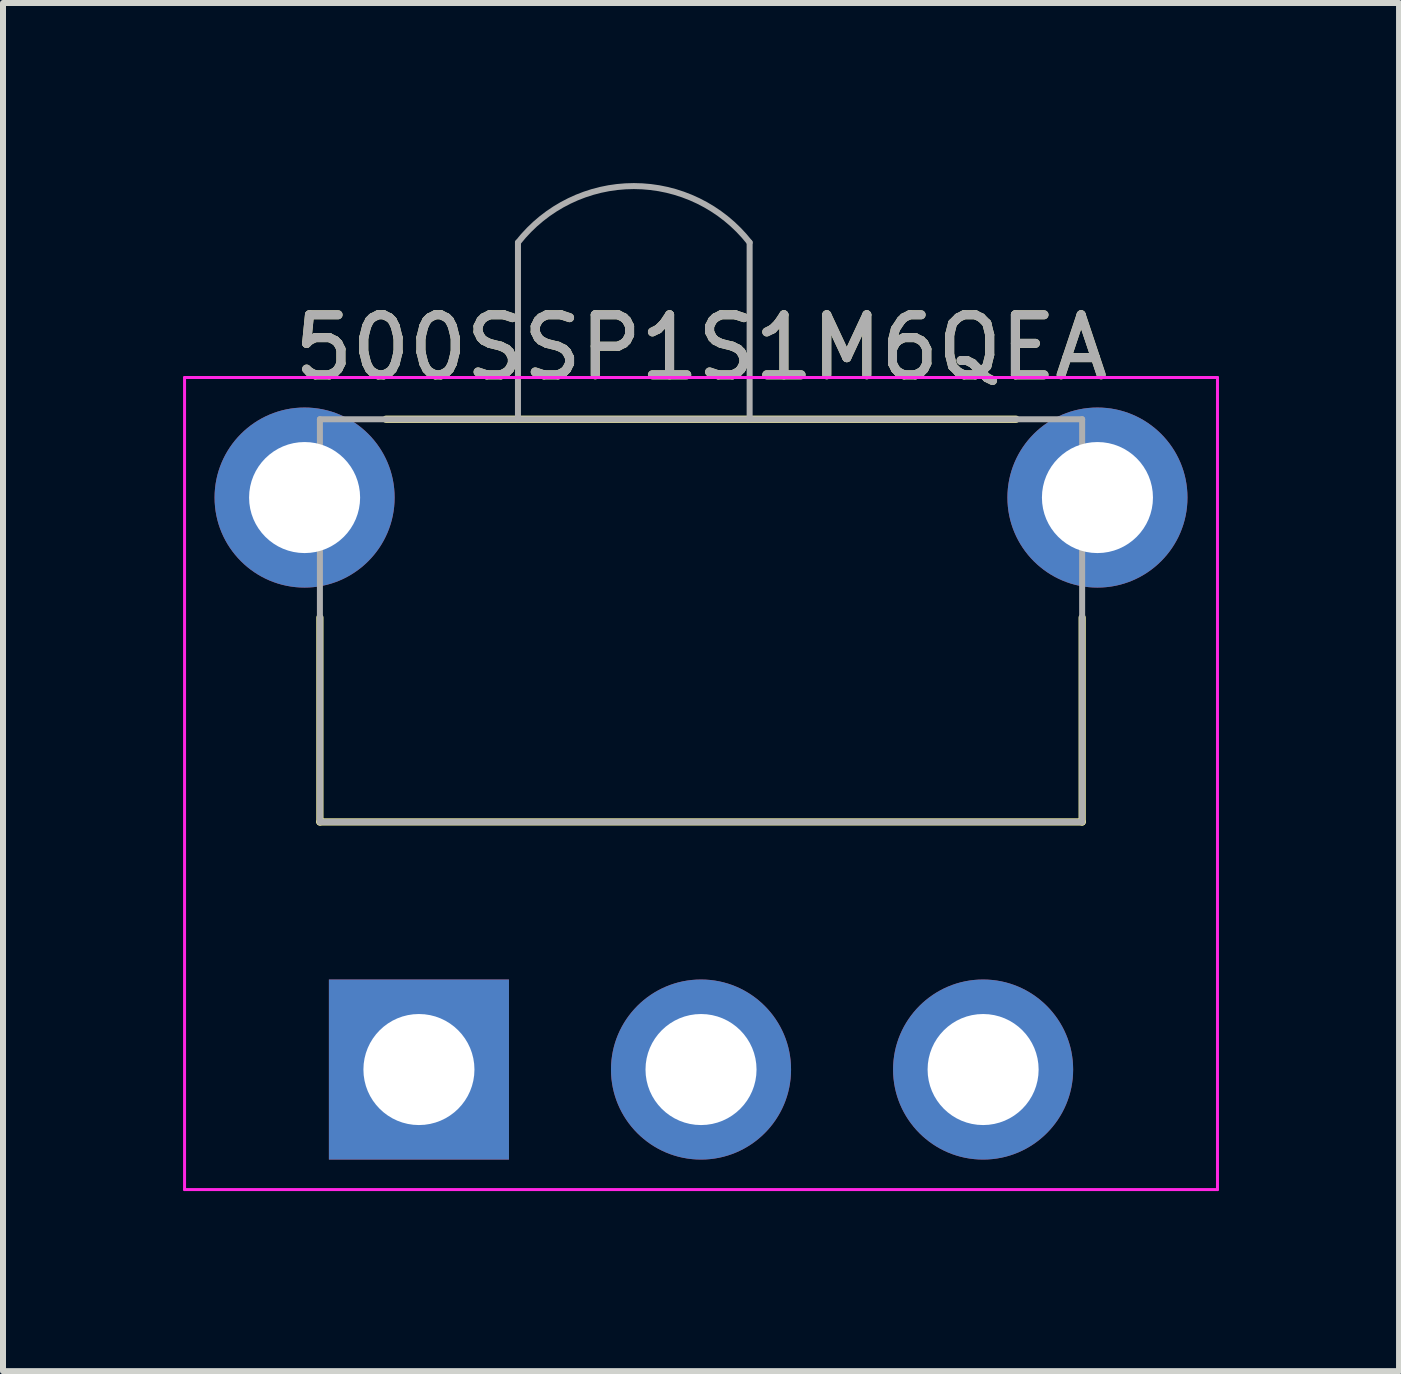
<source format=kicad_pcb>
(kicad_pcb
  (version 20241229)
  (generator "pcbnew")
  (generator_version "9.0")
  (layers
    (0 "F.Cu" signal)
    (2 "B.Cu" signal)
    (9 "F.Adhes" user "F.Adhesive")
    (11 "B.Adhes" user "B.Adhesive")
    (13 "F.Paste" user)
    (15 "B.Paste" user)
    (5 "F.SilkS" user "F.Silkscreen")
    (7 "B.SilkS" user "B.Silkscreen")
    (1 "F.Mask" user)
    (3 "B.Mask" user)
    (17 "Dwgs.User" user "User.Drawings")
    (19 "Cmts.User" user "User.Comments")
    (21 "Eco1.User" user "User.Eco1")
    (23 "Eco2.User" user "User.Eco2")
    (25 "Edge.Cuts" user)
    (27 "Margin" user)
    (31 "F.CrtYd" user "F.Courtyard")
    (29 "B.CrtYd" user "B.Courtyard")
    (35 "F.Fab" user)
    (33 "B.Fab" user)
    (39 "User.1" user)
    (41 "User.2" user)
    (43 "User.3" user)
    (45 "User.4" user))
  (footprint "500SSP1S1M6QEA"
    (layer "F.Cu")
    (at 8.63 5.24)
    (property "Reference" "500SSP1S1M6QEA" (at 0 -2.5 0) (layer "F.SilkS") (effects (font (size 1 1) (thickness 0.15))))
    (attr through_hole)
    (fp_line (start -6.35 2) (end -6.35 5.405) (stroke (width 0.12) (type solid)) (layer "F.SilkS"))
    (fp_line (start -6.35 5.405) (end 6.35 5.405) (stroke (width 0.12) (type solid)) (layer "F.SilkS"))
    (fp_line (start -5.25 -1.305) (end 5.25 -1.305) (stroke (width 0.12) (type solid)) (layer "F.SilkS"))
    (fp_line (start 6.35 2) (end 6.35 5.405) (stroke (width 0.12) (type solid)) (layer "F.SilkS"))
    (fp_line (start -8.605 -2) (end -8.605 11.53) (stroke (width 0.05) (type solid)) (layer "F.CrtYd"))
    (fp_line (start 8.605 -2) (end -8.605 -2) (stroke (width 0.05) (type solid)) (layer "F.CrtYd"))
    (fp_line (start 8.605 11.53) (end -8.605 11.53) (stroke (width 0.05) (type solid)) (layer "F.CrtYd"))
    (fp_line (start 8.605 11.53) (end 8.605 -2) (stroke (width 0.05) (type solid)) (layer "F.CrtYd"))
    (fp_line (start -6.35 5.405) (end -6.35 -1.305) (stroke (width 0.1) (type solid)) (layer "F.Fab"))
    (fp_line (start -3.05 -1.305) (end -3.05 -4.25) (stroke (width 0.1) (type solid)) (layer "F.Fab"))
    (fp_line (start 0.81 -1.305) (end 0.81 -4.25) (stroke (width 0.1) (type solid)) (layer "F.Fab"))
    (fp_line (start 6.35 -1.305) (end -6.35 -1.305) (stroke (width 0.1) (type solid)) (layer "F.Fab"))
    (fp_line (start 6.35 5.405) (end -6.35 5.405) (stroke (width 0.1) (type solid)) (layer "F.Fab"))
    (fp_line (start 6.35 5.405) (end 6.35 -1.305) (stroke (width 0.1) (type solid)) (layer "F.Fab"))
    (fp_arc (start -3.05 -4.25) (mid -1.12 -5.18973) (end 0.81 -4.25) (stroke (width 0.1) (type solid)) (layer "F.Fab"))
    (fp_text user "${REFERENCE}" (at 0 -2.5 180) (layer "F.Fab") (effects (font (size 1 1) (thickness 0.15))))
    (pad "" thru_hole circle (at -6.605 0) (size 3 3) (drill 1.85) (layers "*.Cu" "*.Mask"))
    (pad "" thru_hole circle (at 6.605 0) (size 3 3) (drill 1.85) (layers "*.Cu" "*.Mask"))
    (pad "1" thru_hole rect (at -4.7 9.53) (size 3 3) (drill 1.85) (layers "*.Cu" "*.Mask"))
    (pad "2" thru_hole circle (at 0 9.53) (size 3 3) (drill 1.85) (layers "*.Cu" "*.Mask"))
    (pad "3" thru_hole circle (at 4.7 9.53) (size 3 3) (drill 1.85) (layers "*.Cu" "*.Mask")))
  (gr_rect
    (start -3 -3)
    (end 20.26 19.795)
    (stroke (width 0.1) (type default))
    (fill no)
    (layer "Edge.Cuts")))
</source>
